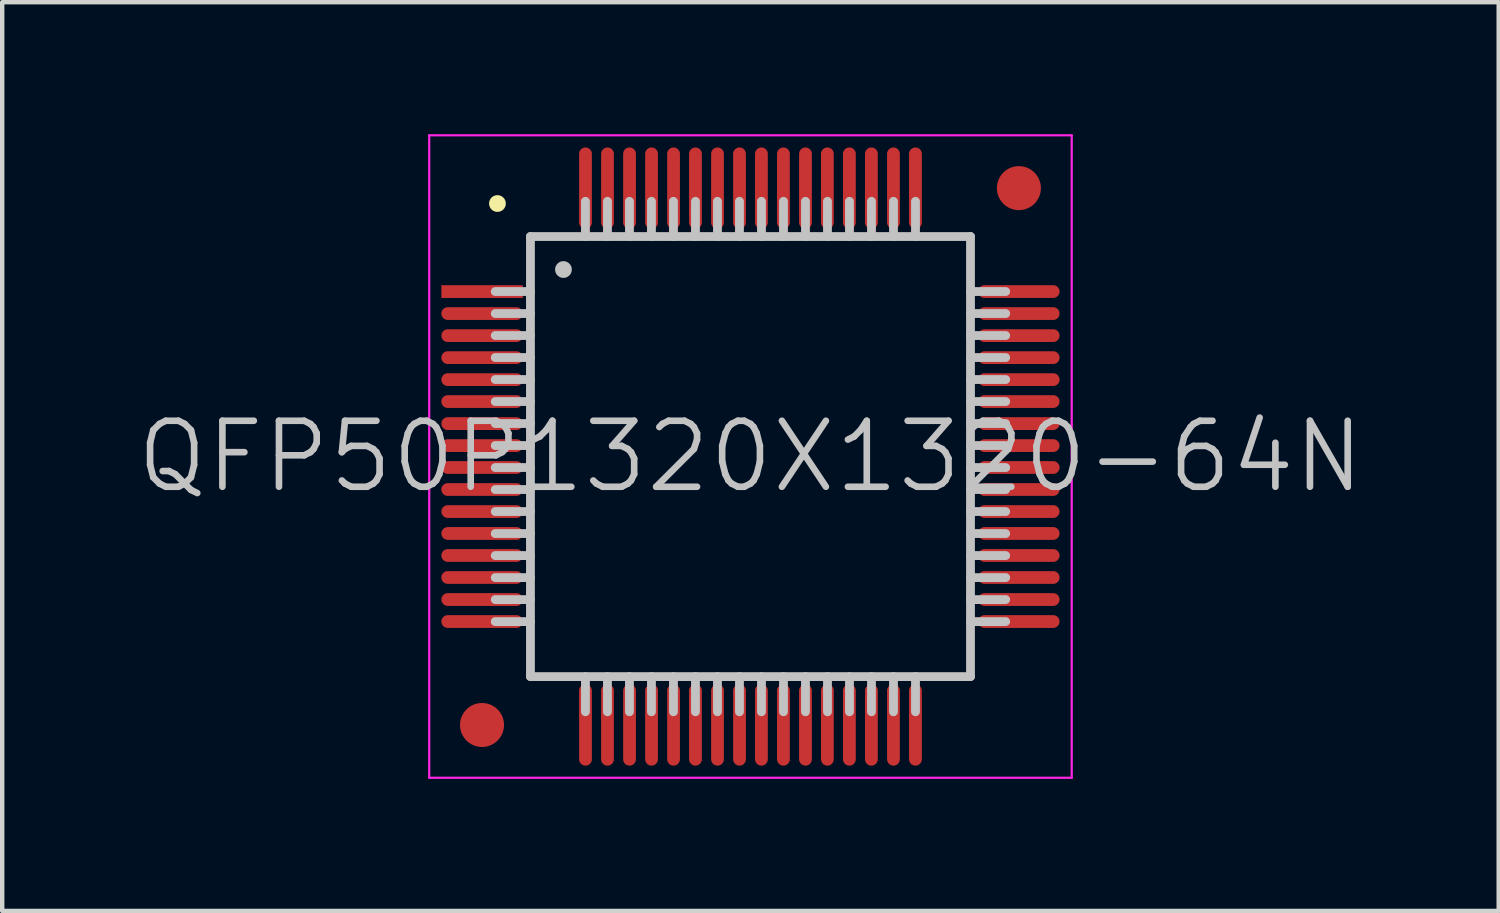
<source format=kicad_pcb>
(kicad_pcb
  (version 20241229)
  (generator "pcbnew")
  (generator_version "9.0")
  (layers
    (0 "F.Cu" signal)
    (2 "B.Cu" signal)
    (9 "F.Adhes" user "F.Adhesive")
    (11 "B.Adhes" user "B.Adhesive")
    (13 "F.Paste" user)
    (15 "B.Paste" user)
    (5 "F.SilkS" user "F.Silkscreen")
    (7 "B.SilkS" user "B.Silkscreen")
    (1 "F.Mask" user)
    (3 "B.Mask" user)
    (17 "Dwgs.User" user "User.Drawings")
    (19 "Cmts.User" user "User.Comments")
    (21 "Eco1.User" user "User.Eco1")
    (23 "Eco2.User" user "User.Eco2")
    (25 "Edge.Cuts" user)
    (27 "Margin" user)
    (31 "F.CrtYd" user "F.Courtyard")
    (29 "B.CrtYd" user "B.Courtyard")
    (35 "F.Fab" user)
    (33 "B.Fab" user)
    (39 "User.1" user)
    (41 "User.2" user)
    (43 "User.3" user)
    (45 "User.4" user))
  (footprint "QFP50P1320X1320-64N"
    (layer "F.Cu")
    (at 14.004 7.325)
    (property "Reference" "QFP50P1320X1320-64N" (at 0 0 0) (layer "Dwgs.User") (effects (font (size 1.5 1.5) (thickness 0.15))))
    (attr smd)
    (fp_line (start -5.75 -5.75) (end -5.75 -5.75) (stroke (width 0.381) (type solid)) (layer "F.SilkS"))
    (fp_line (start -5 -5) (end -5 5) (stroke (width 0.2) (type solid)) (layer "Dwgs.User"))
    (fp_line (start -5 -5) (end 5 -5) (stroke (width 0.2) (type solid)) (layer "Dwgs.User"))
    (fp_line (start -5 -3.75) (end -5.8 -3.75) (stroke (width 0.2) (type solid)) (layer "Dwgs.User"))
    (fp_line (start -5 -3.25) (end -5.8 -3.25) (stroke (width 0.2) (type solid)) (layer "Dwgs.User"))
    (fp_line (start -5 -2.75) (end -5.8 -2.75) (stroke (width 0.2) (type solid)) (layer "Dwgs.User"))
    (fp_line (start -5 -2.25) (end -5.8 -2.25) (stroke (width 0.2) (type solid)) (layer "Dwgs.User"))
    (fp_line (start -5 -1.75) (end -5.8 -1.75) (stroke (width 0.2) (type solid)) (layer "Dwgs.User"))
    (fp_line (start -5 -1.25) (end -5.8 -1.25) (stroke (width 0.2) (type solid)) (layer "Dwgs.User"))
    (fp_line (start -5 -0.75) (end -5.8 -0.75) (stroke (width 0.2) (type solid)) (layer "Dwgs.User"))
    (fp_line (start -5 -0.25) (end -5.8 -0.25) (stroke (width 0.2) (type solid)) (layer "Dwgs.User"))
    (fp_line (start -5 0.25) (end -5.8 0.25) (stroke (width 0.2) (type solid)) (layer "Dwgs.User"))
    (fp_line (start -5 0.75) (end -5.8 0.75) (stroke (width 0.2) (type solid)) (layer "Dwgs.User"))
    (fp_line (start -5 1.25) (end -5.8 1.25) (stroke (width 0.2) (type solid)) (layer "Dwgs.User"))
    (fp_line (start -5 1.75) (end -5.8 1.75) (stroke (width 0.2) (type solid)) (layer "Dwgs.User"))
    (fp_line (start -5 2.25) (end -5.8 2.25) (stroke (width 0.2) (type solid)) (layer "Dwgs.User"))
    (fp_line (start -5 2.75) (end -5.8 2.75) (stroke (width 0.2) (type solid)) (layer "Dwgs.User"))
    (fp_line (start -5 3.25) (end -5.8 3.25) (stroke (width 0.2) (type solid)) (layer "Dwgs.User"))
    (fp_line (start -5 3.75) (end -5.8 3.75) (stroke (width 0.2) (type solid)) (layer "Dwgs.User"))
    (fp_line (start -5 5) (end 5 5) (stroke (width 0.2) (type solid)) (layer "Dwgs.User"))
    (fp_line (start -4.25 -4.25) (end -4.25 -4.25) (stroke (width 0.381) (type solid)) (layer "Dwgs.User"))
    (fp_line (start -3.75 -5) (end -3.75 -5.8) (stroke (width 0.2) (type solid)) (layer "Dwgs.User"))
    (fp_line (start -3.75 5.8) (end -3.75 5) (stroke (width 0.2) (type solid)) (layer "Dwgs.User"))
    (fp_line (start -3.25 -5) (end -3.25 -5.8) (stroke (width 0.2) (type solid)) (layer "Dwgs.User"))
    (fp_line (start -3.25 5.8) (end -3.25 5) (stroke (width 0.2) (type solid)) (layer "Dwgs.User"))
    (fp_line (start -2.75 -5) (end -2.75 -5.8) (stroke (width 0.2) (type solid)) (layer "Dwgs.User"))
    (fp_line (start -2.75 5.8) (end -2.75 5) (stroke (width 0.2) (type solid)) (layer "Dwgs.User"))
    (fp_line (start -2.25 -5) (end -2.25 -5.8) (stroke (width 0.2) (type solid)) (layer "Dwgs.User"))
    (fp_line (start -2.25 5.8) (end -2.25 5) (stroke (width 0.2) (type solid)) (layer "Dwgs.User"))
    (fp_line (start -1.75 -5) (end -1.75 -5.8) (stroke (width 0.2) (type solid)) (layer "Dwgs.User"))
    (fp_line (start -1.75 5.8) (end -1.75 5) (stroke (width 0.2) (type solid)) (layer "Dwgs.User"))
    (fp_line (start -1.25 -5) (end -1.25 -5.8) (stroke (width 0.2) (type solid)) (layer "Dwgs.User"))
    (fp_line (start -1.25 5.8) (end -1.25 5) (stroke (width 0.2) (type solid)) (layer "Dwgs.User"))
    (fp_line (start -0.75 -5) (end -0.75 -5.8) (stroke (width 0.2) (type solid)) (layer "Dwgs.User"))
    (fp_line (start -0.75 5.8) (end -0.75 5) (stroke (width 0.2) (type solid)) (layer "Dwgs.User"))
    (fp_line (start -0.25 -5) (end -0.25 -5.8) (stroke (width 0.2) (type solid)) (layer "Dwgs.User"))
    (fp_line (start -0.25 5.8) (end -0.25 5) (stroke (width 0.2) (type solid)) (layer "Dwgs.User"))
    (fp_line (start 0.25 -5) (end 0.25 -5.8) (stroke (width 0.2) (type solid)) (layer "Dwgs.User"))
    (fp_line (start 0.25 5.8) (end 0.25 5) (stroke (width 0.2) (type solid)) (layer "Dwgs.User"))
    (fp_line (start 0.75 -5) (end 0.75 -5.8) (stroke (width 0.2) (type solid)) (layer "Dwgs.User"))
    (fp_line (start 0.75 5.8) (end 0.75 5) (stroke (width 0.2) (type solid)) (layer "Dwgs.User"))
    (fp_line (start 1.25 -5) (end 1.25 -5.8) (stroke (width 0.2) (type solid)) (layer "Dwgs.User"))
    (fp_line (start 1.25 5.8) (end 1.25 5) (stroke (width 0.2) (type solid)) (layer "Dwgs.User"))
    (fp_line (start 1.75 -5) (end 1.75 -5.8) (stroke (width 0.2) (type solid)) (layer "Dwgs.User"))
    (fp_line (start 1.75 5.8) (end 1.75 5) (stroke (width 0.2) (type solid)) (layer "Dwgs.User"))
    (fp_line (start 2.25 -5) (end 2.25 -5.8) (stroke (width 0.2) (type solid)) (layer "Dwgs.User"))
    (fp_line (start 2.25 5.8) (end 2.25 5) (stroke (width 0.2) (type solid)) (layer "Dwgs.User"))
    (fp_line (start 2.75 -5) (end 2.75 -5.8) (stroke (width 0.2) (type solid)) (layer "Dwgs.User"))
    (fp_line (start 2.75 5.8) (end 2.75 5) (stroke (width 0.2) (type solid)) (layer "Dwgs.User"))
    (fp_line (start 3.25 -5) (end 3.25 -5.8) (stroke (width 0.2) (type solid)) (layer "Dwgs.User"))
    (fp_line (start 3.25 5.8) (end 3.25 5) (stroke (width 0.2) (type solid)) (layer "Dwgs.User"))
    (fp_line (start 3.75 -5) (end 3.75 -5.8) (stroke (width 0.2) (type solid)) (layer "Dwgs.User"))
    (fp_line (start 3.75 5.8) (end 3.75 5) (stroke (width 0.2) (type solid)) (layer "Dwgs.User"))
    (fp_line (start 5 -5) (end 5 5) (stroke (width 0.2) (type solid)) (layer "Dwgs.User"))
    (fp_line (start 5.8 -3.75) (end 5 -3.75) (stroke (width 0.2) (type solid)) (layer "Dwgs.User"))
    (fp_line (start 5.8 -3.25) (end 5 -3.25) (stroke (width 0.2) (type solid)) (layer "Dwgs.User"))
    (fp_line (start 5.8 -2.75) (end 5 -2.75) (stroke (width 0.2) (type solid)) (layer "Dwgs.User"))
    (fp_line (start 5.8 -2.25) (end 5 -2.25) (stroke (width 0.2) (type solid)) (layer "Dwgs.User"))
    (fp_line (start 5.8 -1.75) (end 5 -1.75) (stroke (width 0.2) (type solid)) (layer "Dwgs.User"))
    (fp_line (start 5.8 -1.25) (end 5 -1.25) (stroke (width 0.2) (type solid)) (layer "Dwgs.User"))
    (fp_line (start 5.8 -0.75) (end 5 -0.75) (stroke (width 0.2) (type solid)) (layer "Dwgs.User"))
    (fp_line (start 5.8 -0.25) (end 5 -0.25) (stroke (width 0.2) (type solid)) (layer "Dwgs.User"))
    (fp_line (start 5.8 0.25) (end 5 0.25) (stroke (width 0.2) (type solid)) (layer "Dwgs.User"))
    (fp_line (start 5.8 0.75) (end 5 0.75) (stroke (width 0.2) (type solid)) (layer "Dwgs.User"))
    (fp_line (start 5.8 1.25) (end 5 1.25) (stroke (width 0.2) (type solid)) (layer "Dwgs.User"))
    (fp_line (start 5.8 1.75) (end 5 1.75) (stroke (width 0.2) (type solid)) (layer "Dwgs.User"))
    (fp_line (start 5.8 2.25) (end 5 2.25) (stroke (width 0.2) (type solid)) (layer "Dwgs.User"))
    (fp_line (start 5.8 2.75) (end 5 2.75) (stroke (width 0.2) (type solid)) (layer "Dwgs.User"))
    (fp_line (start 5.8 3.25) (end 5 3.25) (stroke (width 0.2) (type solid)) (layer "Dwgs.User"))
    (fp_line (start 5.8 3.75) (end 5 3.75) (stroke (width 0.2) (type solid)) (layer "Dwgs.User"))
    (fp_line (start -7.3 -7.3) (end -7.3 7.3) (stroke (width 0.05) (type solid)) (layer "F.CrtYd"))
    (fp_line (start -7.3 -7.3) (end 7.3 -7.3) (stroke (width 0.05) (type solid)) (layer "F.CrtYd"))
    (fp_line (start -7.3 7.3) (end 7.3 7.3) (stroke (width 0.05) (type solid)) (layer "F.CrtYd"))
    (fp_line (start 7.3 -7.3) (end 7.3 7.3) (stroke (width 0.05) (type solid)) (layer "F.CrtYd"))
    (pad "" smd circle (at -6.1 6.1) (size 1 1) (layers "F.Cu" "F.Mask"))
    (pad "" smd circle (at 6.1 -6.1) (size 1 1) (layers "F.Cu" "F.Mask"))
    (pad "1" smd rect (at -6.099 -3.749 90) (size 0.29 1.85) (layers "F.Cu" "F.Mask" "F.Paste"))
    (pad "2" smd oval (at -6.099 -3.249 90) (size 0.29 1.85) (layers "F.Cu" "F.Mask" "F.Paste"))
    (pad "3" smd oval (at -6.099 -2.748 90) (size 0.29 1.85) (layers "F.Cu" "F.Mask" "F.Paste"))
    (pad "4" smd oval (at -6.099 -2.248 90) (size 0.29 1.85) (layers "F.Cu" "F.Mask" "F.Paste"))
    (pad "5" smd oval (at -6.099 -1.748 90) (size 0.29 1.85) (layers "F.Cu" "F.Mask" "F.Paste"))
    (pad "6" smd oval (at -6.099 -1.25 90) (size 0.29 1.85) (layers "F.Cu" "F.Mask" "F.Paste"))
    (pad "7" smd oval (at -6.099 -0.749 90) (size 0.29 1.85) (layers "F.Cu" "F.Mask" "F.Paste"))
    (pad "8" smd oval (at -6.099 -0.249 90) (size 0.29 1.85) (layers "F.Cu" "F.Mask" "F.Paste"))
    (pad "9" smd oval (at -6.099 0.249 90) (size 0.29 1.85) (layers "F.Cu" "F.Mask" "F.Paste"))
    (pad "10" smd oval (at -6.099 0.749 90) (size 0.29 1.85) (layers "F.Cu" "F.Mask" "F.Paste"))
    (pad "11" smd oval (at -6.099 1.25 90) (size 0.29 1.85) (layers "F.Cu" "F.Mask" "F.Paste"))
    (pad "12" smd oval (at -6.099 1.748 90) (size 0.29 1.85) (layers "F.Cu" "F.Mask" "F.Paste"))
    (pad "13" smd oval (at -6.099 2.248 90) (size 0.29 1.85) (layers "F.Cu" "F.Mask" "F.Paste"))
    (pad "14" smd oval (at -6.099 2.748 90) (size 0.29 1.85) (layers "F.Cu" "F.Mask" "F.Paste"))
    (pad "15" smd oval (at -6.099 3.249 90) (size 0.29 1.85) (layers "F.Cu" "F.Mask" "F.Paste"))
    (pad "16" smd oval (at -6.099 3.749 90) (size 0.29 1.85) (layers "F.Cu" "F.Mask" "F.Paste"))
    (pad "17" smd oval (at -3.749 6.099 180) (size 0.29 1.85) (layers "F.Cu" "F.Mask" "F.Paste"))
    (pad "18" smd oval (at -3.249 6.099 180) (size 0.29 1.85) (layers "F.Cu" "F.Mask" "F.Paste"))
    (pad "19" smd oval (at -2.748 6.099 180) (size 0.29 1.85) (layers "F.Cu" "F.Mask" "F.Paste"))
    (pad "20" smd oval (at -2.248 6.099 180) (size 0.29 1.85) (layers "F.Cu" "F.Mask" "F.Paste"))
    (pad "21" smd oval (at -1.748 6.099 180) (size 0.29 1.85) (layers "F.Cu" "F.Mask" "F.Paste"))
    (pad "22" smd oval (at -1.25 6.099 180) (size 0.29 1.85) (layers "F.Cu" "F.Mask" "F.Paste"))
    (pad "23" smd oval (at -0.749 6.099 180) (size 0.29 1.85) (layers "F.Cu" "F.Mask" "F.Paste"))
    (pad "24" smd oval (at -0.249 6.099 180) (size 0.29 1.85) (layers "F.Cu" "F.Mask" "F.Paste"))
    (pad "25" smd oval (at 0.249 6.099 180) (size 0.29 1.85) (layers "F.Cu" "F.Mask" "F.Paste"))
    (pad "26" smd oval (at 0.749 6.099 180) (size 0.29 1.85) (layers "F.Cu" "F.Mask" "F.Paste"))
    (pad "27" smd oval (at 1.25 6.099 180) (size 0.29 1.85) (layers "F.Cu" "F.Mask" "F.Paste"))
    (pad "28" smd oval (at 1.748 6.099 180) (size 0.29 1.85) (layers "F.Cu" "F.Mask" "F.Paste"))
    (pad "29" smd oval (at 2.248 6.099 180) (size 0.29 1.85) (layers "F.Cu" "F.Mask" "F.Paste"))
    (pad "30" smd oval (at 2.748 6.099 180) (size 0.29 1.85) (layers "F.Cu" "F.Mask" "F.Paste"))
    (pad "31" smd oval (at 3.249 6.099 180) (size 0.29 1.85) (layers "F.Cu" "F.Mask" "F.Paste"))
    (pad "32" smd oval (at 3.749 6.099 180) (size 0.29 1.85) (layers "F.Cu" "F.Mask" "F.Paste"))
    (pad "33" smd oval (at 6.099 3.749 270) (size 0.29 1.85) (layers "F.Cu" "F.Mask" "F.Paste"))
    (pad "34" smd oval (at 6.099 3.249 270) (size 0.29 1.85) (layers "F.Cu" "F.Mask" "F.Paste"))
    (pad "35" smd oval (at 6.099 2.748 270) (size 0.29 1.85) (layers "F.Cu" "F.Mask" "F.Paste"))
    (pad "36" smd oval (at 6.099 2.248 270) (size 0.29 1.85) (layers "F.Cu" "F.Mask" "F.Paste"))
    (pad "37" smd oval (at 6.099 1.748 270) (size 0.29 1.85) (layers "F.Cu" "F.Mask" "F.Paste"))
    (pad "38" smd oval (at 6.099 1.25 270) (size 0.29 1.85) (layers "F.Cu" "F.Mask" "F.Paste"))
    (pad "39" smd oval (at 6.099 0.749 270) (size 0.29 1.85) (layers "F.Cu" "F.Mask" "F.Paste"))
    (pad "40" smd oval (at 6.099 0.249 270) (size 0.29 1.85) (layers "F.Cu" "F.Mask" "F.Paste"))
    (pad "41" smd oval (at 6.099 -0.249 270) (size 0.29 1.85) (layers "F.Cu" "F.Mask" "F.Paste"))
    (pad "42" smd oval (at 6.099 -0.749 270) (size 0.29 1.85) (layers "F.Cu" "F.Mask" "F.Paste"))
    (pad "43" smd oval (at 6.099 -1.25 270) (size 0.29 1.85) (layers "F.Cu" "F.Mask" "F.Paste"))
    (pad "44" smd oval (at 6.099 -1.748 270) (size 0.29 1.85) (layers "F.Cu" "F.Mask" "F.Paste"))
    (pad "45" smd oval (at 6.099 -2.248 270) (size 0.29 1.85) (layers "F.Cu" "F.Mask" "F.Paste"))
    (pad "46" smd oval (at 6.099 -2.748 270) (size 0.29 1.85) (layers "F.Cu" "F.Mask" "F.Paste"))
    (pad "47" smd oval (at 6.099 -3.249 270) (size 0.29 1.85) (layers "F.Cu" "F.Mask" "F.Paste"))
    (pad "48" smd oval (at 6.099 -3.749 270) (size 0.29 1.85) (layers "F.Cu" "F.Mask" "F.Paste"))
    (pad "49" smd oval (at 3.749 -6.099) (size 0.29 1.85) (layers "F.Cu" "F.Mask" "F.Paste"))
    (pad "50" smd oval (at 3.249 -6.099) (size 0.29 1.85) (layers "F.Cu" "F.Mask" "F.Paste"))
    (pad "51" smd oval (at 2.748 -6.099) (size 0.29 1.85) (layers "F.Cu" "F.Mask" "F.Paste"))
    (pad "52" smd oval (at 2.248 -6.099) (size 0.29 1.85) (layers "F.Cu" "F.Mask" "F.Paste"))
    (pad "53" smd oval (at 1.748 -6.099) (size 0.29 1.85) (layers "F.Cu" "F.Mask" "F.Paste"))
    (pad "54" smd oval (at 1.25 -6.099) (size 0.29 1.85) (layers "F.Cu" "F.Mask" "F.Paste"))
    (pad "55" smd oval (at 0.749 -6.099) (size 0.29 1.85) (layers "F.Cu" "F.Mask" "F.Paste"))
    (pad "56" smd oval (at 0.249 -6.099) (size 0.29 1.85) (layers "F.Cu" "F.Mask" "F.Paste"))
    (pad "57" smd oval (at -0.249 -6.099) (size 0.29 1.85) (layers "F.Cu" "F.Mask" "F.Paste"))
    (pad "58" smd oval (at -0.749 -6.099) (size 0.29 1.85) (layers "F.Cu" "F.Mask" "F.Paste"))
    (pad "59" smd oval (at -1.25 -6.099) (size 0.29 1.85) (layers "F.Cu" "F.Mask" "F.Paste"))
    (pad "60" smd oval (at -1.748 -6.099) (size 0.29 1.85) (layers "F.Cu" "F.Mask" "F.Paste"))
    (pad "61" smd oval (at -2.248 -6.099) (size 0.29 1.85) (layers "F.Cu" "F.Mask" "F.Paste"))
    (pad "62" smd oval (at -2.748 -6.099) (size 0.29 1.85) (layers "F.Cu" "F.Mask" "F.Paste"))
    (pad "63" smd oval (at -3.249 -6.099) (size 0.29 1.85) (layers "F.Cu" "F.Mask" "F.Paste"))
    (pad "64" smd oval (at -3.749 -6.099) (size 0.29 1.85) (layers "F.Cu" "F.Mask" "F.Paste")))
  (gr_rect
    (start -3 -3)
    (end 31.007 17.65)
    (stroke (width 0.1) (type default))
    (fill no)
    (layer "Edge.Cuts")))
</source>
